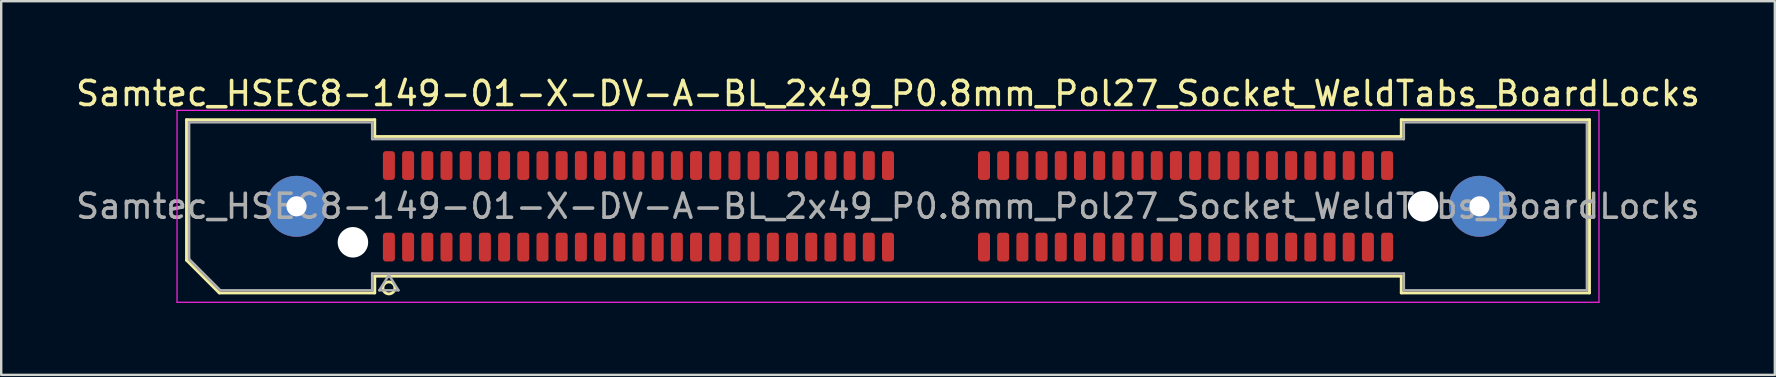
<source format=kicad_pcb>
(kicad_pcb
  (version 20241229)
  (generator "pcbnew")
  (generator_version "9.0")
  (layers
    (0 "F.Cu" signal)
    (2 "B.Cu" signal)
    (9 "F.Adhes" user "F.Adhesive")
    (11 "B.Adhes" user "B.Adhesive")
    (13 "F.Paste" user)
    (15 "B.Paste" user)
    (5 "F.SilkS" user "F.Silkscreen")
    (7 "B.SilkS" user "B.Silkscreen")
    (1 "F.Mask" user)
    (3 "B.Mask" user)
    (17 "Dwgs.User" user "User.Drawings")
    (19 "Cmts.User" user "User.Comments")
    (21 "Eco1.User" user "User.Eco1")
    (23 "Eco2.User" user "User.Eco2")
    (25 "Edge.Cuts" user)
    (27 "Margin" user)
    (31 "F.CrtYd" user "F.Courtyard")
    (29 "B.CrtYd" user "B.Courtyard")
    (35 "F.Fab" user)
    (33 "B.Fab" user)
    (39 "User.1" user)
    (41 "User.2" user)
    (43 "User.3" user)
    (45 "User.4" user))
  (footprint "Samtec_HSEC8-149-01-X-DV-A-BL_2x49_P0.8mm_Pol27_Socket_WeldTabs_BoardLocks"
    (layer "F.Cu")
    (at 33.958 5.548)
    (property "Reference" "Samtec_HSEC8-149-01-X-DV-A-BL_2x49_P0.8mm_Pol27_Socket_WeldTabs_BoardLocks" (at 0 -4.7 0) (layer "F.SilkS") (effects (font (size 1 1) (thickness 0.15))))
    (attr smd)
    (fp_line (start -29.235 -3.61) (end -21.39 -3.61) (stroke (width 0.12) (type solid)) (layer "F.SilkS"))
    (fp_line (start -29.235 2.246) (end -29.235 -3.61) (stroke (width 0.12) (type solid)) (layer "F.SilkS"))
    (fp_line (start -27.871 3.61) (end -29.235 2.246) (stroke (width 0.12) (type solid)) (layer "F.SilkS"))
    (fp_line (start -21.39 -3.61) (end -21.39 -2.91) (stroke (width 0.12) (type solid)) (layer "F.SilkS"))
    (fp_line (start -21.39 -2.91) (end 21.39 -2.91) (stroke (width 0.12) (type solid)) (layer "F.SilkS"))
    (fp_line (start -21.39 2.91) (end -21.39 3.61) (stroke (width 0.12) (type solid)) (layer "F.SilkS"))
    (fp_line (start -21.39 3.61) (end -27.871 3.61) (stroke (width 0.12) (type solid)) (layer "F.SilkS"))
    (fp_line (start 21.39 -3.61) (end 29.235 -3.61) (stroke (width 0.12) (type solid)) (layer "F.SilkS"))
    (fp_line (start 21.39 -2.91) (end 21.39 -3.61) (stroke (width 0.12) (type solid)) (layer "F.SilkS"))
    (fp_line (start 21.39 2.91) (end -21.39 2.91) (stroke (width 0.12) (type solid)) (layer "F.SilkS"))
    (fp_line (start 21.39 3.61) (end 21.39 2.91) (stroke (width 0.12) (type solid)) (layer "F.SilkS"))
    (fp_line (start 29.235 -3.61) (end 29.235 3.61) (stroke (width 0.12) (type solid)) (layer "F.SilkS"))
    (fp_line (start 29.235 3.61) (end 21.39 3.61) (stroke (width 0.12) (type solid)) (layer "F.SilkS"))
    (fp_circle (center -20.8 3.4) (end -20.55 3.4) (stroke (width 0.12) (type solid)) (fill no) (layer "F.SilkS"))
    (fp_line (start -29.63 -4) (end -29.63 4) (stroke (width 0.05) (type solid)) (layer "F.CrtYd"))
    (fp_line (start -29.63 4) (end 29.63 4) (stroke (width 0.05) (type solid)) (layer "F.CrtYd"))
    (fp_line (start 29.63 -4) (end -29.63 -4) (stroke (width 0.05) (type solid)) (layer "F.CrtYd"))
    (fp_line (start 29.63 4) (end 29.63 -4) (stroke (width 0.05) (type solid)) (layer "F.CrtYd"))
    (fp_line (start -29.125 -3.5) (end -21.5 -3.5) (stroke (width 0.1) (type solid)) (layer "F.Fab"))
    (fp_line (start -29.125 2.2) (end -29.125 -3.5) (stroke (width 0.1) (type solid)) (layer "F.Fab"))
    (fp_line (start -27.825 3.5) (end -29.125 2.2) (stroke (width 0.1) (type solid)) (layer "F.Fab"))
    (fp_line (start -21.5 -3.5) (end -21.5 -2.8) (stroke (width 0.1) (type solid)) (layer "F.Fab"))
    (fp_line (start -21.5 -2.8) (end 21.5 -2.8) (stroke (width 0.1) (type solid)) (layer "F.Fab"))
    (fp_line (start -21.5 2.8) (end -21.5 3.5) (stroke (width 0.1) (type solid)) (layer "F.Fab"))
    (fp_line (start -21.5 3.5) (end -27.825 3.5) (stroke (width 0.1) (type solid)) (layer "F.Fab"))
    (fp_line (start -21.2 3.5) (end -20.8 2.86) (stroke (width 0.1) (type solid)) (layer "F.Fab"))
    (fp_line (start -20.8 2.86) (end -20.4 3.5) (stroke (width 0.1) (type solid)) (layer "F.Fab"))
    (fp_line (start -20.4 3.5) (end -21.2 3.5) (stroke (width 0.1) (type solid)) (layer "F.Fab"))
    (fp_line (start 21.5 -3.5) (end 29.125 -3.5) (stroke (width 0.1) (type solid)) (layer "F.Fab"))
    (fp_line (start 21.5 -2.8) (end 21.5 -3.5) (stroke (width 0.1) (type solid)) (layer "F.Fab"))
    (fp_line (start 21.5 2.8) (end -21.5 2.8) (stroke (width 0.1) (type solid)) (layer "F.Fab"))
    (fp_line (start 21.5 3.5) (end 21.5 2.8) (stroke (width 0.1) (type solid)) (layer "F.Fab"))
    (fp_line (start 29.125 -3.5) (end 29.125 3.5) (stroke (width 0.1) (type solid)) (layer "F.Fab"))
    (fp_line (start 29.125 3.5) (end 21.5 3.5) (stroke (width 0.1) (type solid)) (layer "F.Fab"))
    (fp_text user "${REFERENCE}" (at 0 0 0) (layer "F.Fab") (effects (font (size 1 1) (thickness 0.15))))
    (pad "" thru_hole circle (at -24.65 0) (size 2.54 2.54) (drill 0.84) (layers "*.Cu" "*.Mask" "F.Paste"))
    (pad "" np_thru_hole circle (at -22.3 1.5) (size 1.27 1.27) (drill 1.27) (layers "*.Cu" "*.Mask"))
    (pad "" np_thru_hole circle (at 22.3 0) (size 1.27 1.27) (drill 1.27) (layers "*.Cu" "*.Mask"))
    (pad "" thru_hole circle (at 24.65 0) (size 2.54 2.54) (drill 0.84) (layers "*.Cu" "*.Mask" "F.Paste"))
    (pad "1" smd roundrect (at -20.8 1.7) (size 0.5 1.2) (layers "F.Cu" "F.Mask" "F.Paste") (roundrect_rratio 0.25))
    (pad "2" smd roundrect (at -20.8 -1.7) (size 0.5 1.2) (layers "F.Cu" "F.Mask" "F.Paste") (roundrect_rratio 0.25))
    (pad "3" smd roundrect (at -20 1.7) (size 0.5 1.2) (layers "F.Cu" "F.Mask" "F.Paste") (roundrect_rratio 0.25))
    (pad "4" smd roundrect (at -20 -1.7) (size 0.5 1.2) (layers "F.Cu" "F.Mask" "F.Paste") (roundrect_rratio 0.25))
    (pad "5" smd roundrect (at -19.2 1.7) (size 0.5 1.2) (layers "F.Cu" "F.Mask" "F.Paste") (roundrect_rratio 0.25))
    (pad "6" smd roundrect (at -19.2 -1.7) (size 0.5 1.2) (layers "F.Cu" "F.Mask" "F.Paste") (roundrect_rratio 0.25))
    (pad "7" smd roundrect (at -18.4 1.7) (size 0.5 1.2) (layers "F.Cu" "F.Mask" "F.Paste") (roundrect_rratio 0.25))
    (pad "8" smd roundrect (at -18.4 -1.7) (size 0.5 1.2) (layers "F.Cu" "F.Mask" "F.Paste") (roundrect_rratio 0.25))
    (pad "9" smd roundrect (at -17.6 1.7) (size 0.5 1.2) (layers "F.Cu" "F.Mask" "F.Paste") (roundrect_rratio 0.25))
    (pad "10" smd roundrect (at -17.6 -1.7) (size 0.5 1.2) (layers "F.Cu" "F.Mask" "F.Paste") (roundrect_rratio 0.25))
    (pad "11" smd roundrect (at -16.8 1.7) (size 0.5 1.2) (layers "F.Cu" "F.Mask" "F.Paste") (roundrect_rratio 0.25))
    (pad "12" smd roundrect (at -16.8 -1.7) (size 0.5 1.2) (layers "F.Cu" "F.Mask" "F.Paste") (roundrect_rratio 0.25))
    (pad "13" smd roundrect (at -16 1.7) (size 0.5 1.2) (layers "F.Cu" "F.Mask" "F.Paste") (roundrect_rratio 0.25))
    (pad "14" smd roundrect (at -16 -1.7) (size 0.5 1.2) (layers "F.Cu" "F.Mask" "F.Paste") (roundrect_rratio 0.25))
    (pad "15" smd roundrect (at -15.2 1.7) (size 0.5 1.2) (layers "F.Cu" "F.Mask" "F.Paste") (roundrect_rratio 0.25))
    (pad "16" smd roundrect (at -15.2 -1.7) (size 0.5 1.2) (layers "F.Cu" "F.Mask" "F.Paste") (roundrect_rratio 0.25))
    (pad "17" smd roundrect (at -14.4 1.7) (size 0.5 1.2) (layers "F.Cu" "F.Mask" "F.Paste") (roundrect_rratio 0.25))
    (pad "18" smd roundrect (at -14.4 -1.7) (size 0.5 1.2) (layers "F.Cu" "F.Mask" "F.Paste") (roundrect_rratio 0.25))
    (pad "19" smd roundrect (at -13.6 1.7) (size 0.5 1.2) (layers "F.Cu" "F.Mask" "F.Paste") (roundrect_rratio 0.25))
    (pad "20" smd roundrect (at -13.6 -1.7) (size 0.5 1.2) (layers "F.Cu" "F.Mask" "F.Paste") (roundrect_rratio 0.25))
    (pad "21" smd roundrect (at -12.8 1.7) (size 0.5 1.2) (layers "F.Cu" "F.Mask" "F.Paste") (roundrect_rratio 0.25))
    (pad "22" smd roundrect (at -12.8 -1.7) (size 0.5 1.2) (layers "F.Cu" "F.Mask" "F.Paste") (roundrect_rratio 0.25))
    (pad "23" smd roundrect (at -12 1.7) (size 0.5 1.2) (layers "F.Cu" "F.Mask" "F.Paste") (roundrect_rratio 0.25))
    (pad "24" smd roundrect (at -12 -1.7) (size 0.5 1.2) (layers "F.Cu" "F.Mask" "F.Paste") (roundrect_rratio 0.25))
    (pad "25" smd roundrect (at -11.2 1.7) (size 0.5 1.2) (layers "F.Cu" "F.Mask" "F.Paste") (roundrect_rratio 0.25))
    (pad "26" smd roundrect (at -11.2 -1.7) (size 0.5 1.2) (layers "F.Cu" "F.Mask" "F.Paste") (roundrect_rratio 0.25))
    (pad "27" smd roundrect (at -10.4 1.7) (size 0.5 1.2) (layers "F.Cu" "F.Mask" "F.Paste") (roundrect_rratio 0.25))
    (pad "28" smd roundrect (at -10.4 -1.7) (size 0.5 1.2) (layers "F.Cu" "F.Mask" "F.Paste") (roundrect_rratio 0.25))
    (pad "29" smd roundrect (at -9.6 1.7) (size 0.5 1.2) (layers "F.Cu" "F.Mask" "F.Paste") (roundrect_rratio 0.25))
    (pad "30" smd roundrect (at -9.6 -1.7) (size 0.5 1.2) (layers "F.Cu" "F.Mask" "F.Paste") (roundrect_rratio 0.25))
    (pad "31" smd roundrect (at -8.8 1.7) (size 0.5 1.2) (layers "F.Cu" "F.Mask" "F.Paste") (roundrect_rratio 0.25))
    (pad "32" smd roundrect (at -8.8 -1.7) (size 0.5 1.2) (layers "F.Cu" "F.Mask" "F.Paste") (roundrect_rratio 0.25))
    (pad "33" smd roundrect (at -8 1.7) (size 0.5 1.2) (layers "F.Cu" "F.Mask" "F.Paste") (roundrect_rratio 0.25))
    (pad "34" smd roundrect (at -8 -1.7) (size 0.5 1.2) (layers "F.Cu" "F.Mask" "F.Paste") (roundrect_rratio 0.25))
    (pad "35" smd roundrect (at -7.2 1.7) (size 0.5 1.2) (layers "F.Cu" "F.Mask" "F.Paste") (roundrect_rratio 0.25))
    (pad "36" smd roundrect (at -7.2 -1.7) (size 0.5 1.2) (layers "F.Cu" "F.Mask" "F.Paste") (roundrect_rratio 0.25))
    (pad "37" smd roundrect (at -6.4 1.7) (size 0.5 1.2) (layers "F.Cu" "F.Mask" "F.Paste") (roundrect_rratio 0.25))
    (pad "38" smd roundrect (at -6.4 -1.7) (size 0.5 1.2) (layers "F.Cu" "F.Mask" "F.Paste") (roundrect_rratio 0.25))
    (pad "39" smd roundrect (at -5.6 1.7) (size 0.5 1.2) (layers "F.Cu" "F.Mask" "F.Paste") (roundrect_rratio 0.25))
    (pad "40" smd roundrect (at -5.6 -1.7) (size 0.5 1.2) (layers "F.Cu" "F.Mask" "F.Paste") (roundrect_rratio 0.25))
    (pad "41" smd roundrect (at -4.8 1.7) (size 0.5 1.2) (layers "F.Cu" "F.Mask" "F.Paste") (roundrect_rratio 0.25))
    (pad "42" smd roundrect (at -4.8 -1.7) (size 0.5 1.2) (layers "F.Cu" "F.Mask" "F.Paste") (roundrect_rratio 0.25))
    (pad "43" smd roundrect (at -4 1.7) (size 0.5 1.2) (layers "F.Cu" "F.Mask" "F.Paste") (roundrect_rratio 0.25))
    (pad "44" smd roundrect (at -4 -1.7) (size 0.5 1.2) (layers "F.Cu" "F.Mask" "F.Paste") (roundrect_rratio 0.25))
    (pad "45" smd roundrect (at -3.2 1.7) (size 0.5 1.2) (layers "F.Cu" "F.Mask" "F.Paste") (roundrect_rratio 0.25))
    (pad "46" smd roundrect (at -3.2 -1.7) (size 0.5 1.2) (layers "F.Cu" "F.Mask" "F.Paste") (roundrect_rratio 0.25))
    (pad "47" smd roundrect (at -2.4 1.7) (size 0.5 1.2) (layers "F.Cu" "F.Mask" "F.Paste") (roundrect_rratio 0.25))
    (pad "48" smd roundrect (at -2.4 -1.7) (size 0.5 1.2) (layers "F.Cu" "F.Mask" "F.Paste") (roundrect_rratio 0.25))
    (pad "49" smd roundrect (at -1.6 1.7) (size 0.5 1.2) (layers "F.Cu" "F.Mask" "F.Paste") (roundrect_rratio 0.25))
    (pad "50" smd roundrect (at -1.6 -1.7) (size 0.5 1.2) (layers "F.Cu" "F.Mask" "F.Paste") (roundrect_rratio 0.25))
    (pad "51" smd roundrect (at -0.8 1.7) (size 0.5 1.2) (layers "F.Cu" "F.Mask" "F.Paste") (roundrect_rratio 0.25))
    (pad "52" smd roundrect (at -0.8 -1.7) (size 0.5 1.2) (layers "F.Cu" "F.Mask" "F.Paste") (roundrect_rratio 0.25))
    (pad "53" smd roundrect (at 0 1.7) (size 0.5 1.2) (layers "F.Cu" "F.Mask" "F.Paste") (roundrect_rratio 0.25))
    (pad "54" smd roundrect (at 0 -1.7) (size 0.5 1.2) (layers "F.Cu" "F.Mask" "F.Paste") (roundrect_rratio 0.25))
    (pad "55" smd roundrect (at 4 1.7) (size 0.5 1.2) (layers "F.Cu" "F.Mask" "F.Paste") (roundrect_rratio 0.25))
    (pad "56" smd roundrect (at 4 -1.7) (size 0.5 1.2) (layers "F.Cu" "F.Mask" "F.Paste") (roundrect_rratio 0.25))
    (pad "57" smd roundrect (at 4.8 1.7) (size 0.5 1.2) (layers "F.Cu" "F.Mask" "F.Paste") (roundrect_rratio 0.25))
    (pad "58" smd roundrect (at 4.8 -1.7) (size 0.5 1.2) (layers "F.Cu" "F.Mask" "F.Paste") (roundrect_rratio 0.25))
    (pad "59" smd roundrect (at 5.6 1.7) (size 0.5 1.2) (layers "F.Cu" "F.Mask" "F.Paste") (roundrect_rratio 0.25))
    (pad "60" smd roundrect (at 5.6 -1.7) (size 0.5 1.2) (layers "F.Cu" "F.Mask" "F.Paste") (roundrect_rratio 0.25))
    (pad "61" smd roundrect (at 6.4 1.7) (size 0.5 1.2) (layers "F.Cu" "F.Mask" "F.Paste") (roundrect_rratio 0.25))
    (pad "62" smd roundrect (at 6.4 -1.7) (size 0.5 1.2) (layers "F.Cu" "F.Mask" "F.Paste") (roundrect_rratio 0.25))
    (pad "63" smd roundrect (at 7.2 1.7) (size 0.5 1.2) (layers "F.Cu" "F.Mask" "F.Paste") (roundrect_rratio 0.25))
    (pad "64" smd roundrect (at 7.2 -1.7) (size 0.5 1.2) (layers "F.Cu" "F.Mask" "F.Paste") (roundrect_rratio 0.25))
    (pad "65" smd roundrect (at 8 1.7) (size 0.5 1.2) (layers "F.Cu" "F.Mask" "F.Paste") (roundrect_rratio 0.25))
    (pad "66" smd roundrect (at 8 -1.7) (size 0.5 1.2) (layers "F.Cu" "F.Mask" "F.Paste") (roundrect_rratio 0.25))
    (pad "67" smd roundrect (at 8.8 1.7) (size 0.5 1.2) (layers "F.Cu" "F.Mask" "F.Paste") (roundrect_rratio 0.25))
    (pad "68" smd roundrect (at 8.8 -1.7) (size 0.5 1.2) (layers "F.Cu" "F.Mask" "F.Paste") (roundrect_rratio 0.25))
    (pad "69" smd roundrect (at 9.6 1.7) (size 0.5 1.2) (layers "F.Cu" "F.Mask" "F.Paste") (roundrect_rratio 0.25))
    (pad "70" smd roundrect (at 9.6 -1.7) (size 0.5 1.2) (layers "F.Cu" "F.Mask" "F.Paste") (roundrect_rratio 0.25))
    (pad "71" smd roundrect (at 10.4 1.7) (size 0.5 1.2) (layers "F.Cu" "F.Mask" "F.Paste") (roundrect_rratio 0.25))
    (pad "72" smd roundrect (at 10.4 -1.7) (size 0.5 1.2) (layers "F.Cu" "F.Mask" "F.Paste") (roundrect_rratio 0.25))
    (pad "73" smd roundrect (at 11.2 1.7) (size 0.5 1.2) (layers "F.Cu" "F.Mask" "F.Paste") (roundrect_rratio 0.25))
    (pad "74" smd roundrect (at 11.2 -1.7) (size 0.5 1.2) (layers "F.Cu" "F.Mask" "F.Paste") (roundrect_rratio 0.25))
    (pad "75" smd roundrect (at 12 1.7) (size 0.5 1.2) (layers "F.Cu" "F.Mask" "F.Paste") (roundrect_rratio 0.25))
    (pad "76" smd roundrect (at 12 -1.7) (size 0.5 1.2) (layers "F.Cu" "F.Mask" "F.Paste") (roundrect_rratio 0.25))
    (pad "77" smd roundrect (at 12.8 1.7) (size 0.5 1.2) (layers "F.Cu" "F.Mask" "F.Paste") (roundrect_rratio 0.25))
    (pad "78" smd roundrect (at 12.8 -1.7) (size 0.5 1.2) (layers "F.Cu" "F.Mask" "F.Paste") (roundrect_rratio 0.25))
    (pad "79" smd roundrect (at 13.6 1.7) (size 0.5 1.2) (layers "F.Cu" "F.Mask" "F.Paste") (roundrect_rratio 0.25))
    (pad "80" smd roundrect (at 13.6 -1.7) (size 0.5 1.2) (layers "F.Cu" "F.Mask" "F.Paste") (roundrect_rratio 0.25))
    (pad "81" smd roundrect (at 14.4 1.7) (size 0.5 1.2) (layers "F.Cu" "F.Mask" "F.Paste") (roundrect_rratio 0.25))
    (pad "82" smd roundrect (at 14.4 -1.7) (size 0.5 1.2) (layers "F.Cu" "F.Mask" "F.Paste") (roundrect_rratio 0.25))
    (pad "83" smd roundrect (at 15.2 1.7) (size 0.5 1.2) (layers "F.Cu" "F.Mask" "F.Paste") (roundrect_rratio 0.25))
    (pad "84" smd roundrect (at 15.2 -1.7) (size 0.5 1.2) (layers "F.Cu" "F.Mask" "F.Paste") (roundrect_rratio 0.25))
    (pad "85" smd roundrect (at 16 1.7) (size 0.5 1.2) (layers "F.Cu" "F.Mask" "F.Paste") (roundrect_rratio 0.25))
    (pad "86" smd roundrect (at 16 -1.7) (size 0.5 1.2) (layers "F.Cu" "F.Mask" "F.Paste") (roundrect_rratio 0.25))
    (pad "87" smd roundrect (at 16.8 1.7) (size 0.5 1.2) (layers "F.Cu" "F.Mask" "F.Paste") (roundrect_rratio 0.25))
    (pad "88" smd roundrect (at 16.8 -1.7) (size 0.5 1.2) (layers "F.Cu" "F.Mask" "F.Paste") (roundrect_rratio 0.25))
    (pad "89" smd roundrect (at 17.6 1.7) (size 0.5 1.2) (layers "F.Cu" "F.Mask" "F.Paste") (roundrect_rratio 0.25))
    (pad "90" smd roundrect (at 17.6 -1.7) (size 0.5 1.2) (layers "F.Cu" "F.Mask" "F.Paste") (roundrect_rratio 0.25))
    (pad "91" smd roundrect (at 18.4 1.7) (size 0.5 1.2) (layers "F.Cu" "F.Mask" "F.Paste") (roundrect_rratio 0.25))
    (pad "92" smd roundrect (at 18.4 -1.7) (size 0.5 1.2) (layers "F.Cu" "F.Mask" "F.Paste") (roundrect_rratio 0.25))
    (pad "93" smd roundrect (at 19.2 1.7) (size 0.5 1.2) (layers "F.Cu" "F.Mask" "F.Paste") (roundrect_rratio 0.25))
    (pad "94" smd roundrect (at 19.2 -1.7) (size 0.5 1.2) (layers "F.Cu" "F.Mask" "F.Paste") (roundrect_rratio 0.25))
    (pad "95" smd roundrect (at 20 1.7) (size 0.5 1.2) (layers "F.Cu" "F.Mask" "F.Paste") (roundrect_rratio 0.25))
    (pad "96" smd roundrect (at 20 -1.7) (size 0.5 1.2) (layers "F.Cu" "F.Mask" "F.Paste") (roundrect_rratio 0.25))
    (pad "97" smd roundrect (at 20.8 1.7) (size 0.5 1.2) (layers "F.Cu" "F.Mask" "F.Paste") (roundrect_rratio 0.25))
    (pad "98" smd roundrect (at 20.8 -1.7) (size 0.5 1.2) (layers "F.Cu" "F.Mask" "F.Paste") (roundrect_rratio 0.25)))
  (gr_rect
    (start -3 -3)
    (end 70.917 12.573)
    (stroke (width 0.1) (type default))
    (fill no)
    (layer "Edge.Cuts")))
</source>
